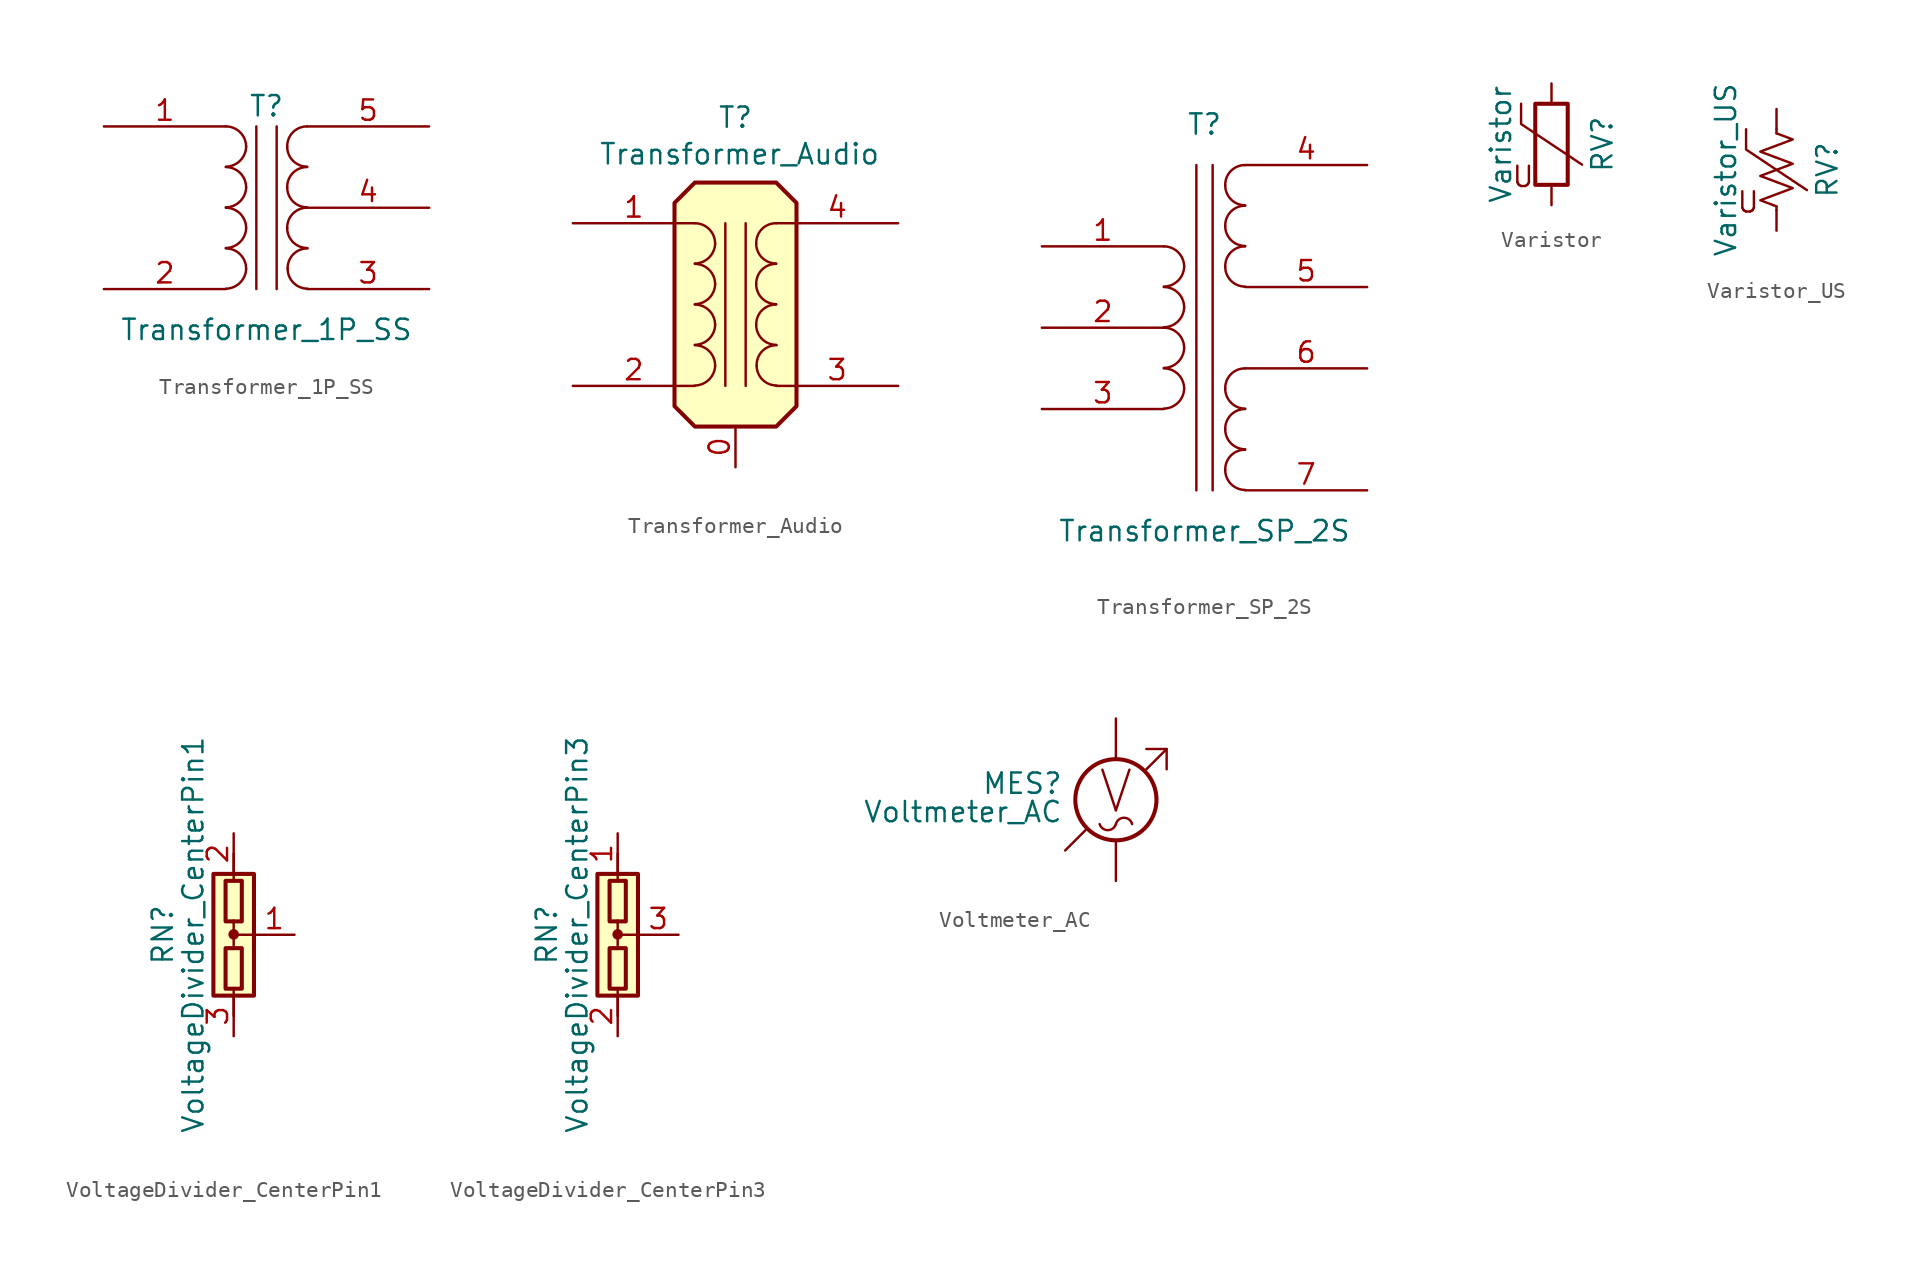
<source format=kicad_sym>
(kicad_symbol_lib
  (version 20211014)
  (generator kicad_symbol_editor)
  (symbol "Transformer_1P_SS"
    (pin_names
      (offset 1.016) hide)
    (property "Reference" "T"
      (at 0 6.35 0)
      (effects (font (size 1.27 1.27))))
    (property "Value" "Transformer_1P_SS"
      (at 0 -7.62 0)
      (effects (font (size 1.27 1.27))))
    (symbol "Transformer_1P_SS_0_1"
      (arc (start -2.54 -5.0546) (mid -1.6561 -4.6863) (end -1.27 -3.81) (stroke (width 0) (type default) (color 0 0 0 0)) (fill (type none)))
      (arc (start -2.54 -2.5146) (mid -1.6561 -2.1463) (end -1.27 -1.27) (stroke (width 0) (type default) (color 0 0 0 0)) (fill (type none)))
      (arc (start -2.54 0.0254) (mid -1.6561 0.3937) (end -1.27 1.27) (stroke (width 0) (type default) (color 0 0 0 0)) (fill (type none)))
      (arc (start -2.54 2.5654) (mid -1.6561 2.9337) (end -1.27 3.81) (stroke (width 0) (type default) (color 0 0 0 0)) (fill (type none)))
      (arc (start -1.27 -3.81) (mid -1.642 -2.912) (end -2.54 -2.54) (stroke (width 0) (type default) (color 0 0 0 0)) (fill (type none)))
      (arc (start -1.27 -1.27) (mid -1.642 -0.372) (end -2.54 0) (stroke (width 0) (type default) (color 0 0 0 0)) (fill (type none)))
      (arc (start -1.27 1.27) (mid -1.642 2.168) (end -2.54 2.54) (stroke (width 0) (type default) (color 0 0 0 0)) (fill (type none)))
      (arc (start -1.27 3.81) (mid -1.642 4.708) (end -2.54 5.08) (stroke (width 0) (type default) (color 0 0 0 0)) (fill (type none)))
      (polyline (pts (xy -0.635 5.08) (xy -0.635 -5.08)) (stroke (width 0) (type default) (color 0 0 0 0)) (fill (type none)))
      (polyline (pts (xy 0.635 -5.08) (xy 0.635 5.08)) (stroke (width 0) (type default) (color 0 0 0 0)) (fill (type none)))
      (arc (start 1.2954 -1.27) (mid 1.6599 -2.1501) (end 2.54 -2.5146) (stroke (width 0) (type default) (color 0 0 0 0)) (fill (type none)))
      (arc (start 1.2954 1.27) (mid 1.6599 0.3899) (end 2.54 0.0254) (stroke (width 0) (type default) (color 0 0 0 0)) (fill (type none)))
      (arc (start 1.2954 3.81) (mid 1.6599 2.9299) (end 2.54 2.5654) (stroke (width 0) (type default) (color 0 0 0 0)) (fill (type none)))
      (arc (start 1.3208 -3.81) (mid 1.6853 -4.6901) (end 2.5654 -5.0546) (stroke (width 0) (type default) (color 0 0 0 0)) (fill (type none)))
      (arc (start 2.54 0) (mid 1.6456 -0.3683) (end 1.2954 -1.27) (stroke (width 0) (type default) (color 0 0 0 0)) (fill (type none)))
      (arc (start 2.54 2.54) (mid 1.6456 2.1717) (end 1.2954 1.27) (stroke (width 0) (type default) (color 0 0 0 0)) (fill (type none)))
      (arc (start 2.54 5.08) (mid 1.6456 4.7117) (end 1.2954 3.81) (stroke (width 0) (type default) (color 0 0 0 0)) (fill (type none)))
      (arc (start 2.5654 -2.54) (mid 1.671 -2.9083) (end 1.3208 -3.81) (stroke (width 0) (type default) (color 0 0 0 0)) (fill (type none))))
    (symbol "Transformer_1P_SS_1_1"
      (pin passive line (at -10.16 5.08 0) (length 7.62) (name "AA" (effects (font (size 1.27 1.27)))) (number "1" (effects (font (size 1.27 1.27)))))
      (pin passive line (at -10.16 -5.08 0) (length 7.62) (name "AB" (effects (font (size 1.27 1.27)))) (number "2" (effects (font (size 1.27 1.27)))))
      (pin passive line (at 10.16 -5.08 180) (length 7.62) (name "SA" (effects (font (size 1.27 1.27)))) (number "3" (effects (font (size 1.27 1.27)))))
      (pin passive line (at 10.16 0 180) (length 7.62) (name "SC" (effects (font (size 1.27 1.27)))) (number "4" (effects (font (size 1.27 1.27)))))
      (pin passive line (at 10.16 5.08 180) (length 7.62) (name "SB" (effects (font (size 1.27 1.27)))) (number "5" (effects (font (size 1.27 1.27)))))))
  (symbol "Transformer_Audio"
    (pin_names
      (offset 1.016) hide)
    (property "Reference" "T"
      (at 0 11.684 0)
      (effects (font (size 1.27 1.27))))
    (property "Value" "Transformer_Audio"
      (at 0.254 9.398 0)
      (effects (font (size 1.27 1.27))))
    (symbol "Transformer_Audio_0_1"
      (arc (start -2.54 -5.0546) (mid -1.6561 -4.6863) (end -1.27 -3.81) (stroke (width 0) (type default) (color 0 0 0 0)) (fill (type none)))
      (arc (start -2.54 -2.5146) (mid -1.6561 -2.1463) (end -1.27 -1.27) (stroke (width 0) (type default) (color 0 0 0 0)) (fill (type none)))
      (arc (start -2.54 0.0254) (mid -1.6561 0.3937) (end -1.27 1.27) (stroke (width 0) (type default) (color 0 0 0 0)) (fill (type none)))
      (arc (start -2.54 2.5654) (mid -1.6561 2.9337) (end -1.27 3.81) (stroke (width 0) (type default) (color 0 0 0 0)) (fill (type none)))
      (arc (start -1.27 -3.81) (mid -1.642 -2.912) (end -2.54 -2.54) (stroke (width 0) (type default) (color 0 0 0 0)) (fill (type none)))
      (arc (start -1.27 -1.27) (mid -1.642 -0.372) (end -2.54 0) (stroke (width 0) (type default) (color 0 0 0 0)) (fill (type none)))
      (arc (start -1.27 1.27) (mid -1.642 2.168) (end -2.54 2.54) (stroke (width 0) (type default) (color 0 0 0 0)) (fill (type none)))
      (arc (start -1.27 3.81) (mid -1.642 4.708) (end -2.54 5.08) (stroke (width 0) (type default) (color 0 0 0 0)) (fill (type none)))
      (polyline (pts (xy -0.635 5.08) (xy -0.635 -5.08)) (stroke (width 0) (type default) (color 0 0 0 0)) (fill (type none)))
      (polyline (pts (xy 0.635 -5.08) (xy 0.635 5.08)) (stroke (width 0) (type default) (color 0 0 0 0)) (fill (type none)))
      (polyline (pts (xy -3.81 6.35) (xy -2.54 7.62) (xy 2.54 7.62) (xy 3.81 6.35) (xy 3.81 -6.35) (xy 2.54 -7.62) (xy -2.54 -7.62) (xy -3.81 -6.35) (xy -3.81 6.35)) (stroke (width 0.254) (type default) (color 0 0 0 0)) (fill (type background)))
      (arc (start 1.2954 -1.27) (mid 1.6599 -2.1501) (end 2.54 -2.5146) (stroke (width 0) (type default) (color 0 0 0 0)) (fill (type none)))
      (arc (start 1.2954 1.27) (mid 1.6599 0.3899) (end 2.54 0.0254) (stroke (width 0) (type default) (color 0 0 0 0)) (fill (type none)))
      (arc (start 1.2954 3.81) (mid 1.6599 2.9299) (end 2.54 2.5654) (stroke (width 0) (type default) (color 0 0 0 0)) (fill (type none)))
      (arc (start 1.3208 -3.81) (mid 1.6853 -4.6901) (end 2.5654 -5.0546) (stroke (width 0) (type default) (color 0 0 0 0)) (fill (type none)))
      (arc (start 2.54 0) (mid 1.6456 -0.3683) (end 1.2954 -1.27) (stroke (width 0) (type default) (color 0 0 0 0)) (fill (type none)))
      (arc (start 2.54 2.54) (mid 1.6456 2.1717) (end 1.2954 1.27) (stroke (width 0) (type default) (color 0 0 0 0)) (fill (type none)))
      (arc (start 2.54 5.08) (mid 1.6456 4.7117) (end 1.2954 3.81) (stroke (width 0) (type default) (color 0 0 0 0)) (fill (type none)))
      (arc (start 2.5654 -2.54) (mid 1.671 -2.9083) (end 1.3208 -3.81) (stroke (width 0) (type default) (color 0 0 0 0)) (fill (type none))))
    (symbol "Transformer_Audio_1_1"
      (pin input line (at 0 -10.16 90) (length 2.54) (name "~" (effects (font (size 1.27 1.27)))) (number "0" (effects (font (size 1.27 1.27)))))
      (pin passive line (at -10.16 5.08 0) (length 7.62) (name "AA" (effects (font (size 1.27 1.27)))) (number "1" (effects (font (size 1.27 1.27)))))
      (pin passive line (at -10.16 -5.08 0) (length 7.62) (name "AB" (effects (font (size 1.27 1.27)))) (number "2" (effects (font (size 1.27 1.27)))))
      (pin passive line (at 10.16 -5.08 180) (length 7.62) (name "SA" (effects (font (size 1.27 1.27)))) (number "3" (effects (font (size 1.27 1.27)))))
      (pin passive line (at 10.16 5.08 180) (length 7.62) (name "SB" (effects (font (size 1.27 1.27)))) (number "4" (effects (font (size 1.27 1.27)))))))
  (symbol "Transformer_SP_2S"
    (pin_names
      (offset 1.016) hide)
    (property "Reference" "T"
      (at 0 12.7 0)
      (effects (font (size 1.27 1.27))))
    (property "Value" "Transformer_SP_2S"
      (at 0 -12.7 0)
      (effects (font (size 1.27 1.27))))
    (symbol "Transformer_SP_2S_0_1"
      (arc (start -2.54 -5.0546) (mid -1.6561 -4.6863) (end -1.27 -3.81) (stroke (width 0) (type default) (color 0 0 0 0)) (fill (type none)))
      (arc (start -2.54 -2.5146) (mid -1.6561 -2.1463) (end -1.27 -1.27) (stroke (width 0) (type default) (color 0 0 0 0)) (fill (type none)))
      (arc (start -2.54 0.0254) (mid -1.6561 0.3937) (end -1.27 1.27) (stroke (width 0) (type default) (color 0 0 0 0)) (fill (type none)))
      (arc (start -2.54 2.5654) (mid -1.6561 2.9337) (end -1.27 3.81) (stroke (width 0) (type default) (color 0 0 0 0)) (fill (type none)))
      (arc (start -1.27 -3.81) (mid -1.642 -2.912) (end -2.54 -2.54) (stroke (width 0) (type default) (color 0 0 0 0)) (fill (type none)))
      (arc (start -1.27 -1.27) (mid -1.642 -0.372) (end -2.54 0) (stroke (width 0) (type default) (color 0 0 0 0)) (fill (type none)))
      (arc (start -1.27 1.27) (mid -1.642 2.168) (end -2.54 2.54) (stroke (width 0) (type default) (color 0 0 0 0)) (fill (type none)))
      (arc (start -1.27 3.81) (mid -1.642 4.708) (end -2.54 5.08) (stroke (width 0) (type default) (color 0 0 0 0)) (fill (type none)))
      (polyline (pts (xy -0.508 -10.16) (xy -0.508 10.16)) (stroke (width 0) (type default) (color 0 0 0 0)) (fill (type none)))
      (polyline (pts (xy 0.508 10.16) (xy 0.508 -10.16)) (stroke (width 0) (type default) (color 0 0 0 0)) (fill (type none)))
      (arc (start 1.2954 -8.89) (mid 1.6599 -9.7701) (end 2.54 -10.1346) (stroke (width 0) (type default) (color 0 0 0 0)) (fill (type none)))
      (arc (start 1.2954 -6.35) (mid 1.6599 -7.2301) (end 2.54 -7.5946) (stroke (width 0) (type default) (color 0 0 0 0)) (fill (type none)))
      (arc (start 1.2954 -3.81) (mid 1.6599 -4.6901) (end 2.54 -5.0546) (stroke (width 0) (type default) (color 0 0 0 0)) (fill (type none)))
      (arc (start 1.2954 3.81) (mid 1.6599 2.9299) (end 2.54 2.5654) (stroke (width 0) (type default) (color 0 0 0 0)) (fill (type none)))
      (arc (start 1.2954 6.35) (mid 1.6599 5.4699) (end 2.54 5.1054) (stroke (width 0) (type default) (color 0 0 0 0)) (fill (type none)))
      (arc (start 1.2954 8.89) (mid 1.6599 8.0099) (end 2.54 7.6454) (stroke (width 0) (type default) (color 0 0 0 0)) (fill (type none)))
      (arc (start 2.54 -7.62) (mid 1.6456 -7.9883) (end 1.2954 -8.89) (stroke (width 0) (type default) (color 0 0 0 0)) (fill (type none)))
      (arc (start 2.54 -5.08) (mid 1.6456 -5.4483) (end 1.2954 -6.35) (stroke (width 0) (type default) (color 0 0 0 0)) (fill (type none)))
      (arc (start 2.54 -2.54) (mid 1.6456 -2.9083) (end 1.2954 -3.81) (stroke (width 0) (type default) (color 0 0 0 0)) (fill (type none)))
      (arc (start 2.54 5.08) (mid 1.6456 4.7117) (end 1.2954 3.81) (stroke (width 0) (type default) (color 0 0 0 0)) (fill (type none)))
      (arc (start 2.54 7.62) (mid 1.6456 7.2517) (end 1.2954 6.35) (stroke (width 0) (type default) (color 0 0 0 0)) (fill (type none)))
      (arc (start 2.54 10.16) (mid 1.6456 9.7917) (end 1.2954 8.89) (stroke (width 0) (type default) (color 0 0 0 0)) (fill (type none))))
    (symbol "Transformer_SP_2S_1_1"
      (pin passive line (at -10.16 5.08 0) (length 7.62) (name "IN+" (effects (font (size 1.27 1.27)))) (number "1" (effects (font (size 1.27 1.27)))))
      (pin passive line (at -10.16 0 0) (length 7.62) (name "PM" (effects (font (size 1.27 1.27)))) (number "2" (effects (font (size 1.27 1.27)))))
      (pin passive line (at -10.16 -5.08 0) (length 7.62) (name "IN-" (effects (font (size 1.27 1.27)))) (number "3" (effects (font (size 1.27 1.27)))))
      (pin passive line (at 10.16 10.16 180) (length 7.62) (name "OUT1A" (effects (font (size 1.27 1.27)))) (number "4" (effects (font (size 1.27 1.27)))))
      (pin passive line (at 10.16 2.54 180) (length 7.62) (name "OUT1B" (effects (font (size 1.27 1.27)))) (number "5" (effects (font (size 1.27 1.27)))))
      (pin passive line (at 10.16 -2.54 180) (length 7.62) (name "OUT2A" (effects (font (size 1.27 1.27)))) (number "6" (effects (font (size 1.27 1.27)))))
      (pin passive line (at 10.16 -10.16 180) (length 7.62) (name "OUT2B" (effects (font (size 1.27 1.27)))) (number "7" (effects (font (size 1.27 1.27)))))))
  (symbol "Varistor"
    (pin_numbers hide)
    (pin_names
      (offset 0))
    (property "Reference" "RV"
      (at 3.175 0 90)
      (effects (font (size 1.27 1.27))))
    (property "Value" "Varistor"
      (at -3.175 0 90)
      (effects (font (size 1.27 1.27))))
    (symbol "Varistor_0_0"
      (text "U" (at -1.778 -2.032 0) (effects (font (size 1.27 1.27)))))
    (symbol "Varistor_0_1"
      (rectangle (start -1.016 -2.54) (end 1.016 2.54) (stroke (width 0.254) (type default) (color 0 0 0 0)) (fill (type none)))
      (polyline (pts (xy -1.905 2.54) (xy -1.905 1.27) (xy 1.905 -1.27)) (stroke (width 0) (type default) (color 0 0 0 0)) (fill (type none))))
    (symbol "Varistor_1_1"
      (pin passive line (at 0 3.81 270) (length 1.27) (name "~" (effects (font (size 1.27 1.27)))) (number "1" (effects (font (size 1.27 1.27)))))
      (pin passive line (at 0 -3.81 90) (length 1.27) (name "~" (effects (font (size 1.27 1.27)))) (number "2" (effects (font (size 1.27 1.27)))))))
  (symbol "Varistor_US"
    (pin_numbers hide)
    (pin_names
      (offset 0))
    (property "Reference" "RV"
      (at 3.175 0 90)
      (effects (font (size 1.27 1.27))))
    (property "Value" "Varistor_US"
      (at -3.175 0 90)
      (effects (font (size 1.27 1.27))))
    (symbol "Varistor_US_0_0"
      (text "U" (at -1.778 -2.032 0) (effects (font (size 1.27 1.27)))))
    (symbol "Varistor_US_0_1"
      (polyline (pts (xy 0 -2.286) (xy 0 -2.54)) (stroke (width 0) (type default) (color 0 0 0 0)) (fill (type none)))
      (polyline (pts (xy 0 2.286) (xy 0 2.54)) (stroke (width 0) (type default) (color 0 0 0 0)) (fill (type none)))
      (polyline (pts (xy -1.905 2.54) (xy -1.905 1.27) (xy 1.905 -1.27)) (stroke (width 0) (type default) (color 0 0 0 0)) (fill (type none)))
      (polyline (pts (xy 0 -0.762) (xy 1.016 -1.143) (xy 0 -1.524) (xy -1.016 -1.905) (xy 0 -2.286)) (stroke (width 0) (type default) (color 0 0 0 0)) (fill (type none)))
      (polyline (pts (xy 0 0.762) (xy 1.016 0.381) (xy 0 0) (xy -1.016 -0.381) (xy 0 -0.762)) (stroke (width 0) (type default) (color 0 0 0 0)) (fill (type none)))
      (polyline (pts (xy 0 2.286) (xy 1.016 1.905) (xy 0 1.524) (xy -1.016 1.143) (xy 0 0.762)) (stroke (width 0) (type default) (color 0 0 0 0)) (fill (type none))))
    (symbol "Varistor_US_1_1"
      (pin passive line (at 0 3.81 270) (length 1.27) (name "~" (effects (font (size 1.27 1.27)))) (number "1" (effects (font (size 1.27 1.27)))))
      (pin passive line (at 0 -3.81 90) (length 1.27) (name "~" (effects (font (size 1.27 1.27)))) (number "2" (effects (font (size 1.27 1.27)))))))
  (symbol "VoltageDivider_CenterPin1"
    (pin_names
      (offset 0) hide)
    (property "Reference" "RN"
      (at -4.445 0 90)
      (effects (font (size 1.27 1.27))))
    (property "Value" "VoltageDivider_CenterPin1"
      (at -2.54 0 90)
      (effects (font (size 1.27 1.27))))
    (symbol "VoltageDivider_CenterPin1_0_1"
      (rectangle (start -1.27 -3.81) (end 1.27 3.81) (stroke (width 0.254) (type default) (color 0 0 0 0)) (fill (type background)))
      (rectangle (start -0.508 -3.378) (end 0.508 -0.838) (stroke (width 0.254) (type default) (color 0 0 0 0)) (fill (type none)))
      (rectangle (start -0.508 3.378) (end 0.508 0.838) (stroke (width 0.254) (type default) (color 0 0 0 0)) (fill (type none)))
      (polyline (pts (xy 0 -5.08) (xy 0 -3.429)) (stroke (width 0) (type default) (color 0 0 0 0)) (fill (type none)))
      (polyline (pts (xy 0 0.889) (xy 0 -0.889)) (stroke (width 0) (type default) (color 0 0 0 0)) (fill (type none)))
      (polyline (pts (xy 0 5.08) (xy 0 3.378)) (stroke (width 0) (type default) (color 0 0 0 0)) (fill (type none)))
      (polyline (pts (xy 1.27 0) (xy 0 0)) (stroke (width 0) (type default) (color 0 0 0 0)) (fill (type none)))
      (circle (center 0 0.025) (radius 0.254) (stroke (width 0) (type default) (color 0 0 0 0)) (fill (type outline))))
    (symbol "VoltageDivider_CenterPin1_1_1"
      (pin passive line (at 3.81 0 180) (length 2.54) (name "~" (effects (font (size 1.27 1.27)))) (number "1" (effects (font (size 1.27 1.27)))))
      (pin passive line (at 0 6.35 270) (length 2.54) (name "~" (effects (font (size 1.27 1.27)))) (number "2" (effects (font (size 1.27 1.27)))))
      (pin passive line (at 0 -6.35 90) (length 2.54) (name "~" (effects (font (size 1.27 1.27)))) (number "3" (effects (font (size 1.27 1.27)))))))
  (symbol "VoltageDivider_CenterPin3"
    (pin_names
      (offset 0) hide)
    (property "Reference" "RN"
      (at -4.445 0 90)
      (effects (font (size 1.27 1.27))))
    (property "Value" "VoltageDivider_CenterPin3"
      (at -2.54 0 90)
      (effects (font (size 1.27 1.27))))
    (symbol "VoltageDivider_CenterPin3_0_1"
      (rectangle (start -1.27 -3.81) (end 1.27 3.81) (stroke (width 0.254) (type default) (color 0 0 0 0)) (fill (type background)))
      (rectangle (start -0.508 -3.378) (end 0.508 -0.838) (stroke (width 0.254) (type default) (color 0 0 0 0)) (fill (type none)))
      (rectangle (start -0.508 3.378) (end 0.508 0.838) (stroke (width 0.254) (type default) (color 0 0 0 0)) (fill (type none)))
      (polyline (pts (xy 0 -5.08) (xy 0 -3.429)) (stroke (width 0) (type default) (color 0 0 0 0)) (fill (type none)))
      (polyline (pts (xy 0 0.889) (xy 0 -0.889)) (stroke (width 0) (type default) (color 0 0 0 0)) (fill (type none)))
      (polyline (pts (xy 0 5.08) (xy 0 3.378)) (stroke (width 0) (type default) (color 0 0 0 0)) (fill (type none)))
      (polyline (pts (xy 1.27 0) (xy 0 0)) (stroke (width 0) (type default) (color 0 0 0 0)) (fill (type none)))
      (circle (center 0 0.025) (radius 0.254) (stroke (width 0) (type default) (color 0 0 0 0)) (fill (type outline))))
    (symbol "VoltageDivider_CenterPin3_1_1"
      (pin passive line (at 0 6.35 270) (length 2.54) (name "~" (effects (font (size 1.27 1.27)))) (number "1" (effects (font (size 1.27 1.27)))))
      (pin passive line (at 0 -6.35 90) (length 2.54) (name "~" (effects (font (size 1.27 1.27)))) (number "2" (effects (font (size 1.27 1.27)))))
      (pin passive line (at 3.81 0 180) (length 2.54) (name "~" (effects (font (size 1.27 1.27)))) (number "3" (effects (font (size 1.27 1.27)))))))
  (symbol "Voltmeter_AC"
    (pin_numbers hide)
    (pin_names
      (offset 0.025) hide)
    (property "Reference" "MES"
      (at -3.302 1.016 0)
      (effects (font (size 1.27 1.27)) (justify right)))
    (property "Value" "Voltmeter_AC"
      (at -3.302 -0.762 0)
      (effects (font (size 1.27 1.27)) (justify right)))
    (symbol "Voltmeter_AC_0_0"
      (polyline (pts (xy -3.175 -3.175) (xy -1.905 -1.905)) (stroke (width 0) (type default) (color 0 0 0 0)) (fill (type none)))
      (polyline (pts (xy 1.905 1.905) (xy 3.175 3.175)) (stroke (width 0) (type default) (color 0 0 0 0)) (fill (type none)))
      (polyline (pts (xy 1.905 3.175) (xy 3.175 3.175) (xy 3.175 1.905)) (stroke (width 0) (type default) (color 0 0 0 0)) (fill (type none)))
      (text "V" (at 0 0.508 0) (effects (font (size 2.54 2.54)))))
    (symbol "Voltmeter_AC_0_1"
      (arc (start -1.016 -1.524) (mid -0.508 -1.902) (end 0 -1.524) (stroke (width 0) (type default) (color 0 0 0 0)) (fill (type none)))
      (circle (center 0 0) (radius 2.54) (stroke (width 0.254) (type default) (color 0 0 0 0)) (fill (type none)))
      (arc (start 1.016 -1.524) (mid 0.508 -1.1274) (end 0 -1.524) (stroke (width 0) (type default) (color 0 0 0 0)) (fill (type none))))
    (symbol "Voltmeter_AC_1_1"
      (pin passive line (at 0 -5.08 90) (length 2.54) (name "~" (effects (font (size 1.27 1.27)))) (number "1" (effects (font (size 1.27 1.27)))))
      (pin passive line (at 0 5.08 270) (length 2.54) (name "~" (effects (font (size 1.27 1.27)))) (number "2" (effects (font (size 1.27 1.27))))))))
</source>
